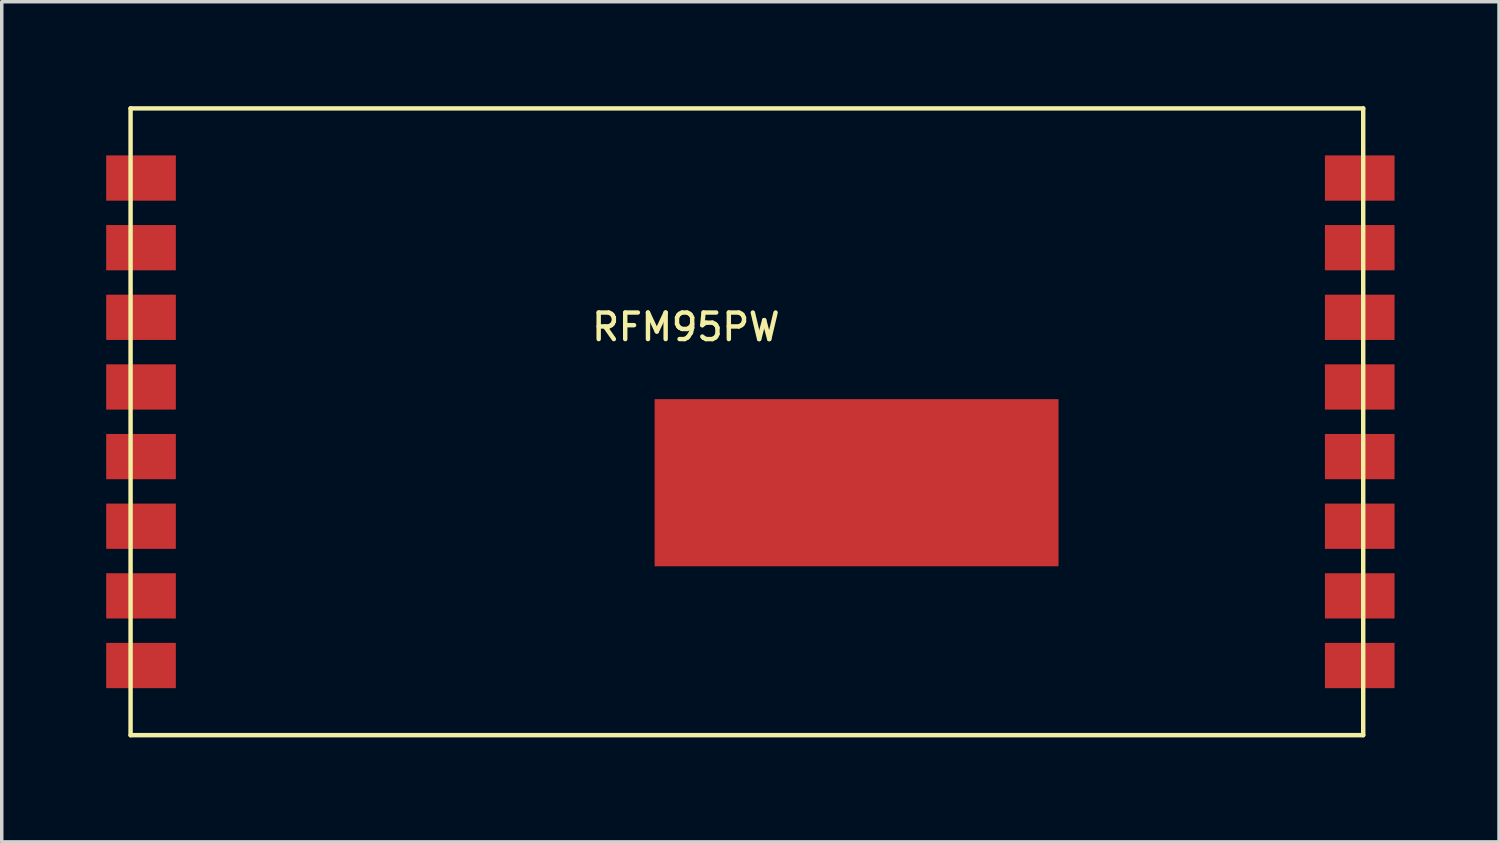
<source format=kicad_pcb>
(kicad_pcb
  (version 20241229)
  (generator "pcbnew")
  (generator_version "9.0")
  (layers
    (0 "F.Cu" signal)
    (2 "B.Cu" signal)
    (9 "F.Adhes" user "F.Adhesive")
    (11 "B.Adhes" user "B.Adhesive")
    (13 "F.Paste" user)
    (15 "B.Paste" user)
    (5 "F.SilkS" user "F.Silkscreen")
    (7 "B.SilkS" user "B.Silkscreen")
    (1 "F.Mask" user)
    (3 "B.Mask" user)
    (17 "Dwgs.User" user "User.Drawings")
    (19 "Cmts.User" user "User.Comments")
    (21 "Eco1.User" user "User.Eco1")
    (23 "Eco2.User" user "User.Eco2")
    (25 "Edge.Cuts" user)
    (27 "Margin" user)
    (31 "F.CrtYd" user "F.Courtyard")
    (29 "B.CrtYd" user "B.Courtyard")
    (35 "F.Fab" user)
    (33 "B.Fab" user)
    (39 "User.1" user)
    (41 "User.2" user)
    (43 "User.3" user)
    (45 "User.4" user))
  (footprint "RFM95PW"
    (layer "F.Cu")
    (at 18.4 8.563)
    (property "Reference" "RFM95PW" (at 1.016 -2.667 0) (layer "F.SilkS") (effects (font (size 0.762 0.762) (thickness 0.127)) (justify right top)))
    (attr through_hole)
    (fp_line (start -17.7 -8.5) (end 17.7 -8.5) (stroke (width 0.127) (type solid)) (layer "F.SilkS"))
    (fp_line (start -17.7 9.5) (end -17.7 -8.5) (stroke (width 0.127) (type solid)) (layer "F.SilkS"))
    (fp_line (start -17.7 9.5) (end 17.7 9.5) (stroke (width 0.127) (type solid)) (layer "F.SilkS"))
    (fp_line (start 17.7 9.5) (end 17.7 -8.5) (stroke (width 0.127) (type solid)) (layer "F.SilkS"))
    (fp_poly (pts (xy -0.064 2.095) (xy -2.54 2.095) (xy -2.54 0) (xy -0.064 0)) (stroke (width 0.1) (type solid)) (fill yes) (layer "F.Paste"))
    (fp_poly (pts (xy -0.064 4.508) (xy -2.54 4.508) (xy -2.54 2.413) (xy -0.064 2.413)) (stroke (width 0.1) (type solid)) (fill yes) (layer "F.Paste"))
    (fp_poly (pts (xy 2.9 2.095) (xy 0.423 2.095) (xy 0.423 0) (xy 2.9 0)) (stroke (width 0.1) (type solid)) (fill yes) (layer "F.Paste"))
    (fp_poly (pts (xy 2.9 4.508) (xy 0.423 4.508) (xy 0.423 2.413) (xy 2.9 2.413)) (stroke (width 0.1) (type solid)) (fill yes) (layer "F.Paste"))
    (fp_poly (pts (xy 5.863 2.095) (xy 3.387 2.095) (xy 3.387 0) (xy 5.863 0)) (stroke (width 0.1) (type solid)) (fill yes) (layer "F.Paste"))
    (fp_poly (pts (xy 5.863 4.508) (xy 3.387 4.508) (xy 3.387 2.413) (xy 5.863 2.413)) (stroke (width 0.1) (type solid)) (fill yes) (layer "F.Paste"))
    (fp_poly (pts (xy 8.826 2.095) (xy 6.35 2.095) (xy 6.35 0) (xy 8.826 0)) (stroke (width 0.1) (type solid)) (fill yes) (layer "F.Paste"))
    (fp_poly (pts (xy 8.826 4.508) (xy 6.35 4.508) (xy 6.35 2.413) (xy 8.826 2.413)) (stroke (width 0.1) (type solid)) (fill yes) (layer "F.Paste"))
    (pad "1" smd rect (at 17.6 7.5) (size 2 1.3) (layers "F.Cu" "F.Mask" "F.Paste"))
    (pad "2" smd rect (at 17.6 5.5) (size 2 1.3) (layers "F.Cu" "F.Mask" "F.Paste"))
    (pad "3" smd rect (at 17.6 3.5) (size 2 1.3) (layers "F.Cu" "F.Mask" "F.Paste"))
    (pad "4" smd rect (at 17.6 1.5) (size 2 1.3) (layers "F.Cu" "F.Mask" "F.Paste"))
    (pad "5" smd rect (at 17.6 -0.5) (size 2 1.3) (layers "F.Cu" "F.Mask" "F.Paste"))
    (pad "6" smd rect (at 17.6 -2.5) (size 2 1.3) (layers "F.Cu" "F.Mask" "F.Paste"))
    (pad "7" smd rect (at 17.6 -4.5) (size 2 1.3) (layers "F.Cu" "F.Mask" "F.Paste"))
    (pad "8" smd rect (at 17.6 -6.5) (size 2 1.3) (layers "F.Cu" "F.Mask" "F.Paste"))
    (pad "9" smd rect (at -17.4 -6.5) (size 2 1.3) (layers "F.Cu" "F.Mask" "F.Paste"))
    (pad "10" smd rect (at -17.4 -4.5) (size 2 1.3) (layers "F.Cu" "F.Mask" "F.Paste"))
    (pad "11" smd rect (at -17.4 -2.5) (size 2 1.3) (layers "F.Cu" "F.Mask" "F.Paste"))
    (pad "12" smd rect (at -17.4 -0.5) (size 2 1.3) (layers "F.Cu" "F.Mask" "F.Paste"))
    (pad "13" smd rect (at -17.4 1.5) (size 2 1.3) (layers "F.Cu" "F.Mask" "F.Paste"))
    (pad "14" smd rect (at -17.4 3.5) (size 2 1.3) (layers "F.Cu" "F.Mask" "F.Paste"))
    (pad "15" smd rect (at -17.4 5.5) (size 2 1.3) (layers "F.Cu" "F.Mask" "F.Paste"))
    (pad "16" smd rect (at -17.4 7.5) (size 2 1.3) (layers "F.Cu" "F.Mask" "F.Paste"))
    (pad "17" smd rect (at 3.15 2.25) (size 11.6 4.8) (layers "F.Cu" "F.Mask")))
  (gr_rect
    (start -3 -3)
    (end 40 21.127)
    (stroke (width 0.1) (type default))
    (fill no)
    (layer "Edge.Cuts")))
</source>
